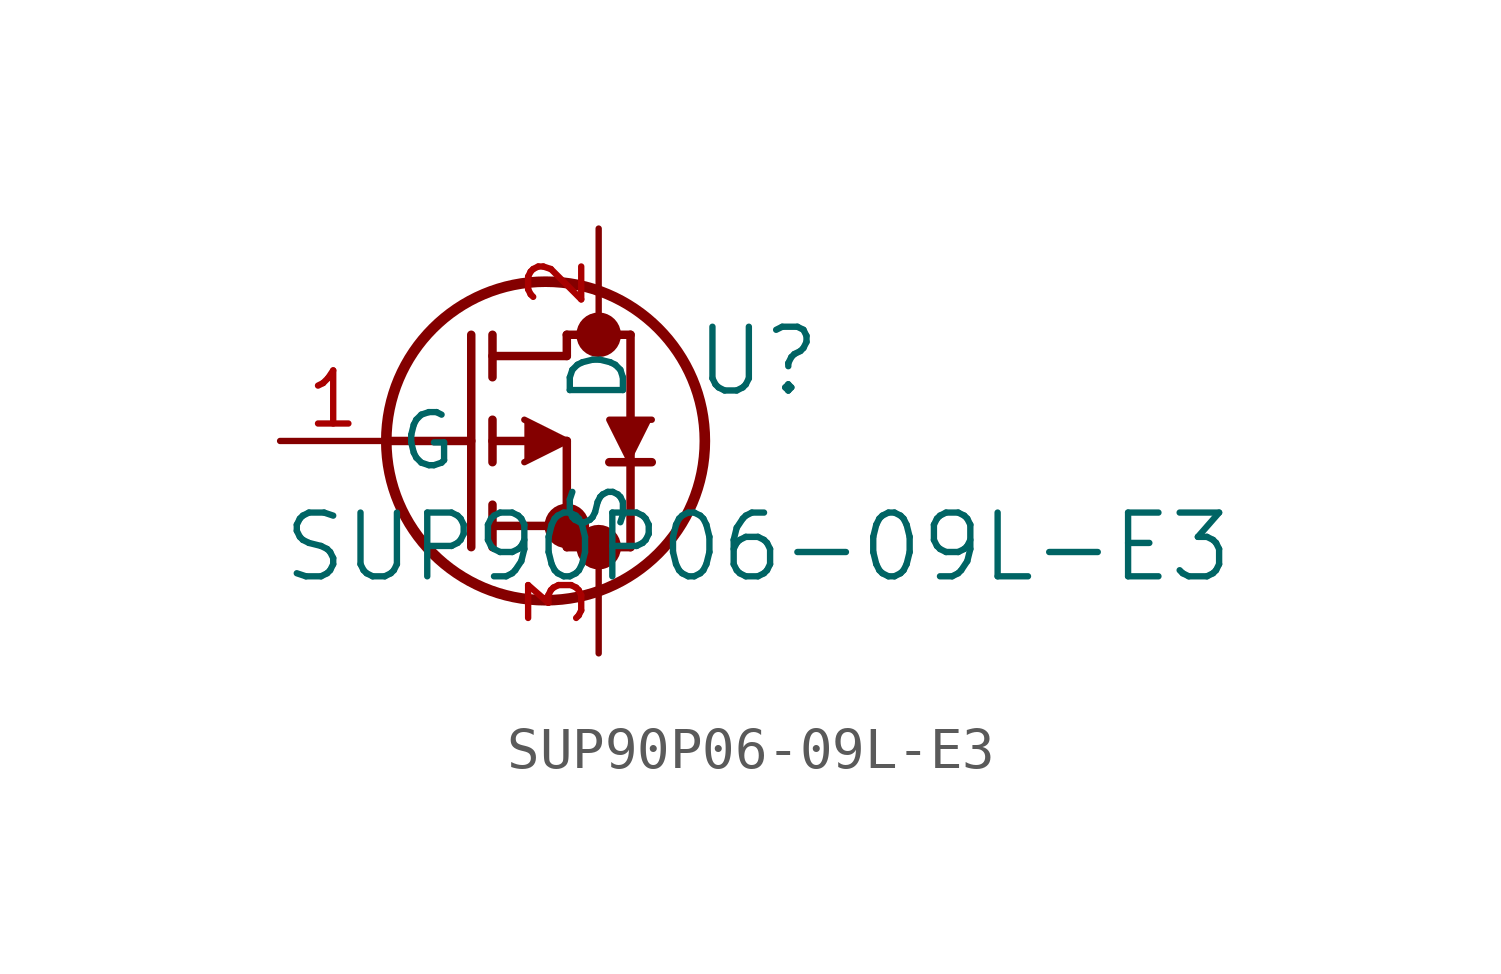
<source format=kicad_sym>
(kicad_symbol_lib
  (version 20241209)
  (generator "kicad_symbol_editor")
  (generator_version "9.0")
  (symbol "SUP90P06-09L-E3"
    (pin_names
      (offset 0.254))
    (property "Reference" "U"
      (at 11.43 1.905 0)
      (effects (font (size 1.524 1.524))))
    (property "Value" "SUP90P06-09L-E3"
      (at 11.43 -2.54 0)
      (effects (font (size 1.524 1.524))))
    (property "ki_locked" ""
      (at 0 0 0)
      (effects (font (size 1.27 1.27))))
    (symbol "SUP90P06-09L-E3_0_1"
      (polyline (pts (xy 2.54 0) (xy 4.572 0)) (stroke (width 0.203) (type default)) (fill (type none)))
      (polyline (pts (xy 4.572 -2.54) (xy 4.572 2.54)) (stroke (width 0.203) (type default)) (fill (type none)))
      (polyline (pts (xy 5.08 2.032) (xy 6.858 2.032)) (stroke (width 0.203) (type default)) (fill (type none)))
      (polyline (pts (xy 5.08 1.524) (xy 5.08 2.54)) (stroke (width 0.203) (type default)) (fill (type none)))
      (polyline (pts (xy 5.08 0) (xy 6.858 0)) (stroke (width 0.203) (type default)) (fill (type none)))
      (polyline (pts (xy 5.08 -0.508) (xy 5.08 0.508)) (stroke (width 0.203) (type default)) (fill (type none)))
      (polyline (pts (xy 5.08 -2.032) (xy 6.858 -2.032)) (stroke (width 0.203) (type default)) (fill (type none)))
      (polyline (pts (xy 5.08 -2.54) (xy 5.08 -1.524)) (stroke (width 0.203) (type default)) (fill (type none)))
      (polyline (pts (xy 5.842 0.508) (xy 6.858 0) (xy 5.842 -0.508)) (stroke (width 0) (type default)) (fill (type outline)))
      (circle (center 6.35 0) (radius 3.81) (stroke (width 0.254) (type default)) (fill (type none)))
      (polyline (pts (xy 6.858 2.54) (xy 8.382 2.54)) (stroke (width 0.203) (type default)) (fill (type none)))
      (polyline (pts (xy 6.858 2.032) (xy 6.858 2.54)) (stroke (width 0.203) (type default)) (fill (type none)))
      (circle (center 6.858 -2.032) (radius 0.025) (stroke (width 0.508) (type default)) (fill (type none)))
      (polyline (pts (xy 6.858 -2.54) (xy 6.858 0)) (stroke (width 0.203) (type default)) (fill (type none)))
      (polyline (pts (xy 6.858 -2.54) (xy 8.382 -2.54)) (stroke (width 0.203) (type default)) (fill (type none)))
      (circle (center 7.62 2.54) (radius 0.025) (stroke (width 0.508) (type default)) (fill (type none)))
      (circle (center 7.62 -2.54) (radius 0.025) (stroke (width 0.508) (type default)) (fill (type none)))
      (polyline (pts (xy 8.382 -2.54) (xy 8.382 2.54)) (stroke (width 0.203) (type default)) (fill (type none)))
      (polyline (pts (xy 8.89 0.508) (xy 7.874 0.508) (xy 8.382 -0.508)) (stroke (width 0) (type default)) (fill (type outline)))
      (polyline (pts (xy 8.89 -0.508) (xy 7.874 -0.508)) (stroke (width 0.203) (type default)) (fill (type none)))
      (pin input line (at 0 0 0) (length 2.54) (name "G" (effects (font (size 1.27 1.27)))) (number "1" (effects (font (size 1.27 1.27)))))
      (pin passive line (at 7.62 5.08 270) (length 2.54) (name "D" (effects (font (size 1.27 1.27)))) (number "2" (effects (font (size 1.27 1.27)))))
      (pin passive line (at 7.62 -5.08 90) (length 2.54) (name "S" (effects (font (size 1.27 1.27)))) (number "3" (effects (font (size 1.27 1.27))))))))
</source>
